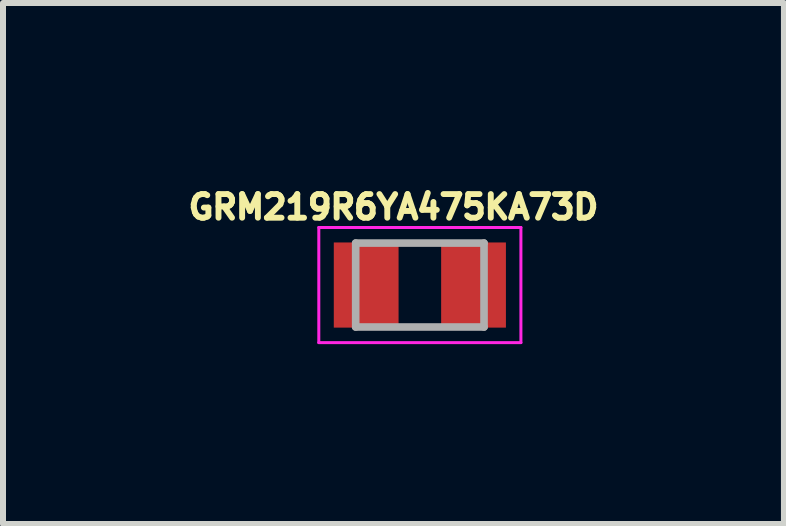
<source format=kicad_pcb>
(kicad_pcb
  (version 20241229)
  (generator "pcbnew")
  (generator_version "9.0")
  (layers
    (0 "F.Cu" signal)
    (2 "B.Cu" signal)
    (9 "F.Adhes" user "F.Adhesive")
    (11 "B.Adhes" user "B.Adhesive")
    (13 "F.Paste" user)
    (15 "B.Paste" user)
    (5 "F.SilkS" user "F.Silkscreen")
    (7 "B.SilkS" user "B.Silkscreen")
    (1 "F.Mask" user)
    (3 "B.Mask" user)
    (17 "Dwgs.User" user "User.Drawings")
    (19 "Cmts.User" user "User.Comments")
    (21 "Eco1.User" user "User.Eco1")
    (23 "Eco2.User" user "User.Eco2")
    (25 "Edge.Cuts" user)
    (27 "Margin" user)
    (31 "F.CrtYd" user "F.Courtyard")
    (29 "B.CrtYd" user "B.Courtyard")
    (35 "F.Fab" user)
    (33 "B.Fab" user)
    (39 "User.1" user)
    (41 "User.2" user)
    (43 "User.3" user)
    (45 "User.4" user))
  (footprint "GRM219R6YA475KA73D"
    (layer "F.Cu")
    (at 3.951 1.703)
    (property "Reference" "GRM219R6YA475KA73D" (at -0.44 -1.3 0) (layer "F.SilkS") (effects (font (size 0.394 0.394) (thickness 0.15))))
    (attr smd)
    (fp_line (start -1.685 -0.96) (end 1.685 -0.96) (stroke (width 0.05) (type solid)) (layer "F.CrtYd"))
    (fp_line (start -1.685 0.96) (end -1.685 -0.96) (stroke (width 0.05) (type solid)) (layer "F.CrtYd"))
    (fp_line (start -1.685 0.96) (end 1.685 0.96) (stroke (width 0.05) (type solid)) (layer "F.CrtYd"))
    (fp_line (start 1.685 0.96) (end 1.685 -0.96) (stroke (width 0.05) (type solid)) (layer "F.CrtYd"))
    (fp_line (start -1.07 0.7) (end -1.07 -0.7) (stroke (width 0.127) (type solid)) (layer "F.Fab"))
    (fp_line (start 1.07 -0.7) (end -1.07 -0.7) (stroke (width 0.127) (type solid)) (layer "F.Fab"))
    (fp_line (start 1.07 0.7) (end -1.07 0.7) (stroke (width 0.127) (type solid)) (layer "F.Fab"))
    (fp_line (start 1.07 0.7) (end 1.07 -0.7) (stroke (width 0.127) (type solid)) (layer "F.Fab"))
    (pad "1" smd rect (at -0.895 0) (size 1.08 1.42) (layers "F.Cu" "F.Mask" "F.Paste"))
    (pad "2" smd rect (at 0.895 0) (size 1.08 1.42) (layers "F.Cu" "F.Mask" "F.Paste")))
  (gr_rect
    (start -3 -3)
    (end 10.022 5.688)
    (stroke (width 0.1) (type default))
    (fill no)
    (layer "Edge.Cuts")))
</source>
